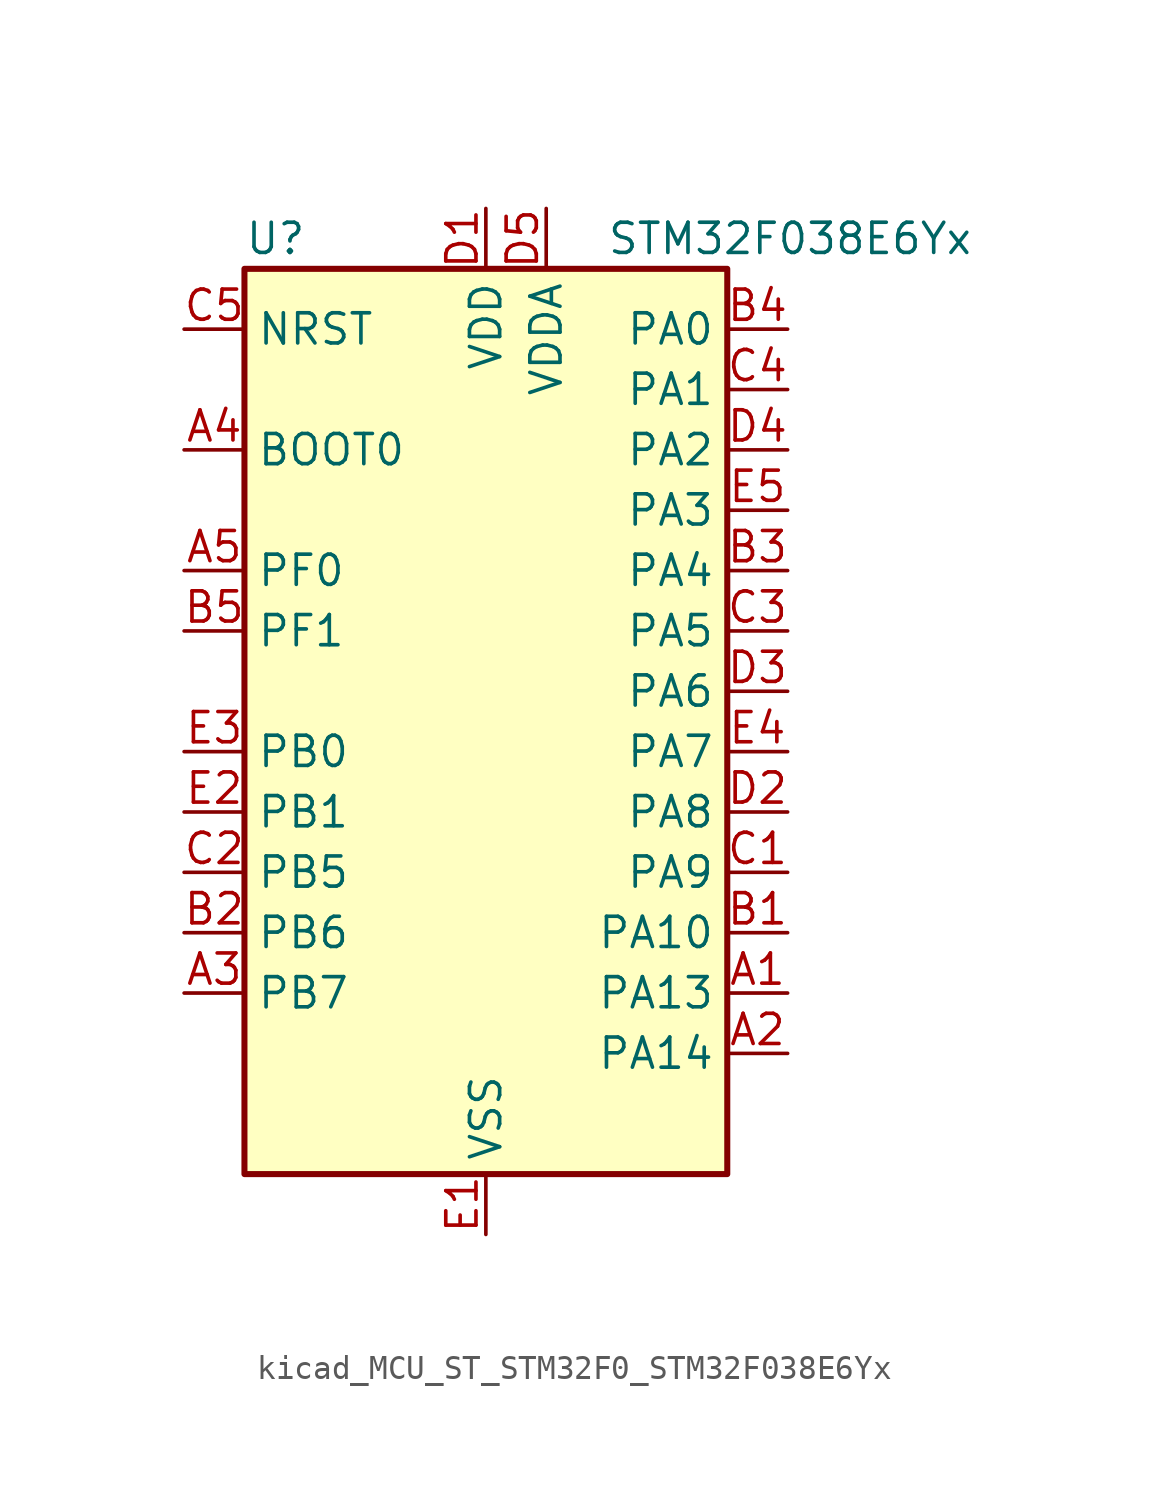
<source format=kicad_sym>
(kicad_symbol_lib
  (version 20220914)
  (generator kicad_symbol_editor)
  (symbol "kicad_MCU_ST_STM32F0_STM32F038E6Yx"
    (property "Reference" "U"
      (at -10.16 21.59 0)
      (effects (font (size 1.27 1.27)) (justify left)))
    (property "Value" "STM32F038E6Yx"
      (at 5.08 21.59 0)
      (effects (font (size 1.27 1.27)) (justify left)))
    (property "ki_locked" ""
      (at 0 0 0)
      (effects (font (size 1.27 1.27))))
    (symbol "kicad_MCU_ST_STM32F0_STM32F038E6Yx_0_1"
      (rectangle (start -10.16 -17.78) (end 10.16 20.32) (stroke (width 0.254) (type default)) (fill (type background))))
    (symbol "kicad_MCU_ST_STM32F0_STM32F038E6Yx_1_1"
      (pin bidirectional line (at 12.7 -10.16 180) (length 2.54) (name "PA13" (effects (font (size 1.27 1.27)))) (number "A1" (effects (font (size 1.27 1.27)))) (alternate "IR_OUT" bidirectional line) (alternate "SYS_SWDIO" bidirectional line))
      (pin bidirectional line (at 12.7 -12.7 180) (length 2.54) (name "PA14" (effects (font (size 1.27 1.27)))) (number "A2" (effects (font (size 1.27 1.27)))) (alternate "SYS_SWCLK" bidirectional line) (alternate "USART1_TX" bidirectional line))
      (pin bidirectional line (at -12.7 -10.16 0) (length 2.54) (name "PB7" (effects (font (size 1.27 1.27)))) (number "A3" (effects (font (size 1.27 1.27)))) (alternate "I2C1_SDA" bidirectional line) (alternate "TIM17_CH1N" bidirectional line) (alternate "USART1_RX" bidirectional line))
      (pin input line (at -12.7 12.7 0) (length 2.54) (name "BOOT0" (effects (font (size 1.27 1.27)))) (number "A4" (effects (font (size 1.27 1.27)))))
      (pin bidirectional line (at -12.7 7.62 0) (length 2.54) (name "PF0" (effects (font (size 1.27 1.27)))) (number "A5" (effects (font (size 1.27 1.27)))) (alternate "RCC_OSC_IN" bidirectional line))
      (pin bidirectional line (at 12.7 -7.62 180) (length 2.54) (name "PA10" (effects (font (size 1.27 1.27)))) (number "B1" (effects (font (size 1.27 1.27)))) (alternate "I2C1_SDA" bidirectional line) (alternate "TIM17_BKIN" bidirectional line) (alternate "TIM1_CH3" bidirectional line) (alternate "USART1_RX" bidirectional line))
      (pin bidirectional line (at -12.7 -7.62 0) (length 2.54) (name "PB6" (effects (font (size 1.27 1.27)))) (number "B2" (effects (font (size 1.27 1.27)))) (alternate "I2C1_SCL" bidirectional line) (alternate "TIM16_CH1N" bidirectional line) (alternate "USART1_TX" bidirectional line))
      (pin bidirectional line (at 12.7 7.62 180) (length 2.54) (name "PA4" (effects (font (size 1.27 1.27)))) (number "B3" (effects (font (size 1.27 1.27)))) (alternate "ADC_IN4" bidirectional line) (alternate "I2S1_WS" bidirectional line) (alternate "SPI1_NSS" bidirectional line) (alternate "TIM14_CH1" bidirectional line) (alternate "USART1_CK" bidirectional line))
      (pin bidirectional line (at 12.7 17.78 180) (length 2.54) (name "PA0" (effects (font (size 1.27 1.27)))) (number "B4" (effects (font (size 1.27 1.27)))) (alternate "ADC_IN0" bidirectional line) (alternate "RTC_TAMP2" bidirectional line) (alternate "SYS_WKUP1" bidirectional line) (alternate "TIM2_CH1" bidirectional line) (alternate "TIM2_ETR" bidirectional line) (alternate "USART1_CTS" bidirectional line))
      (pin bidirectional line (at -12.7 5.08 0) (length 2.54) (name "PF1" (effects (font (size 1.27 1.27)))) (number "B5" (effects (font (size 1.27 1.27)))) (alternate "RCC_OSC_OUT" bidirectional line))
      (pin bidirectional line (at 12.7 -5.08 180) (length 2.54) (name "PA9" (effects (font (size 1.27 1.27)))) (number "C1" (effects (font (size 1.27 1.27)))) (alternate "I2C1_SCL" bidirectional line) (alternate "TIM1_CH2" bidirectional line) (alternate "USART1_TX" bidirectional line))
      (pin bidirectional line (at -12.7 -5.08 0) (length 2.54) (name "PB5" (effects (font (size 1.27 1.27)))) (number "C2" (effects (font (size 1.27 1.27)))) (alternate "I2C1_SMBA" bidirectional line) (alternate "I2S1_SD" bidirectional line) (alternate "SPI1_MOSI" bidirectional line) (alternate "TIM16_BKIN" bidirectional line) (alternate "TIM3_CH2" bidirectional line))
      (pin bidirectional line (at 12.7 5.08 180) (length 2.54) (name "PA5" (effects (font (size 1.27 1.27)))) (number "C3" (effects (font (size 1.27 1.27)))) (alternate "ADC_IN5" bidirectional line) (alternate "I2S1_CK" bidirectional line) (alternate "SPI1_SCK" bidirectional line) (alternate "TIM2_CH1" bidirectional line) (alternate "TIM2_ETR" bidirectional line))
      (pin bidirectional line (at 12.7 15.24 180) (length 2.54) (name "PA1" (effects (font (size 1.27 1.27)))) (number "C4" (effects (font (size 1.27 1.27)))) (alternate "ADC_IN1" bidirectional line) (alternate "TIM2_CH2" bidirectional line) (alternate "USART1_DE" bidirectional line) (alternate "USART1_RTS" bidirectional line))
      (pin input line (at -12.7 17.78 0) (length 2.54) (name "NRST" (effects (font (size 1.27 1.27)))) (number "C5" (effects (font (size 1.27 1.27)))))
      (pin power_in line (at 0 22.86 270) (length 2.54) (name "VDD" (effects (font (size 1.27 1.27)))) (number "D1" (effects (font (size 1.27 1.27)))))
      (pin bidirectional line (at 12.7 -2.54 180) (length 2.54) (name "PA8" (effects (font (size 1.27 1.27)))) (number "D2" (effects (font (size 1.27 1.27)))) (alternate "RCC_MCO" bidirectional line) (alternate "TIM1_CH1" bidirectional line) (alternate "USART1_CK" bidirectional line))
      (pin bidirectional line (at 12.7 2.54 180) (length 2.54) (name "PA6" (effects (font (size 1.27 1.27)))) (number "D3" (effects (font (size 1.27 1.27)))) (alternate "ADC_IN6" bidirectional line) (alternate "I2S1_MCK" bidirectional line) (alternate "SPI1_MISO" bidirectional line) (alternate "TIM16_CH1" bidirectional line) (alternate "TIM1_BKIN" bidirectional line) (alternate "TIM3_CH1" bidirectional line))
      (pin bidirectional line (at 12.7 12.7 180) (length 2.54) (name "PA2" (effects (font (size 1.27 1.27)))) (number "D4" (effects (font (size 1.27 1.27)))) (alternate "ADC_IN2" bidirectional line) (alternate "TIM2_CH3" bidirectional line) (alternate "USART1_TX" bidirectional line))
      (pin power_in line (at 2.54 22.86 270) (length 2.54) (name "VDDA" (effects (font (size 1.27 1.27)))) (number "D5" (effects (font (size 1.27 1.27)))))
      (pin power_in line (at 0 -20.32 90) (length 2.54) (name "VSS" (effects (font (size 1.27 1.27)))) (number "E1" (effects (font (size 1.27 1.27)))))
      (pin bidirectional line (at -12.7 -2.54 0) (length 2.54) (name "PB1" (effects (font (size 1.27 1.27)))) (number "E2" (effects (font (size 1.27 1.27)))) (alternate "ADC_IN9" bidirectional line) (alternate "TIM14_CH1" bidirectional line) (alternate "TIM1_CH3N" bidirectional line) (alternate "TIM3_CH4" bidirectional line))
      (pin bidirectional line (at -12.7 0 0) (length 2.54) (name "PB0" (effects (font (size 1.27 1.27)))) (number "E3" (effects (font (size 1.27 1.27)))) (alternate "ADC_IN8" bidirectional line) (alternate "TIM1_CH2N" bidirectional line) (alternate "TIM3_CH3" bidirectional line))
      (pin bidirectional line (at 12.7 0 180) (length 2.54) (name "PA7" (effects (font (size 1.27 1.27)))) (number "E4" (effects (font (size 1.27 1.27)))) (alternate "ADC_IN7" bidirectional line) (alternate "I2S1_SD" bidirectional line) (alternate "SPI1_MOSI" bidirectional line) (alternate "TIM14_CH1" bidirectional line) (alternate "TIM17_CH1" bidirectional line) (alternate "TIM1_CH1N" bidirectional line) (alternate "TIM3_CH2" bidirectional line))
      (pin bidirectional line (at 12.7 10.16 180) (length 2.54) (name "PA3" (effects (font (size 1.27 1.27)))) (number "E5" (effects (font (size 1.27 1.27)))) (alternate "ADC_IN3" bidirectional line) (alternate "TIM2_CH4" bidirectional line) (alternate "USART1_RX" bidirectional line)))))
</source>
